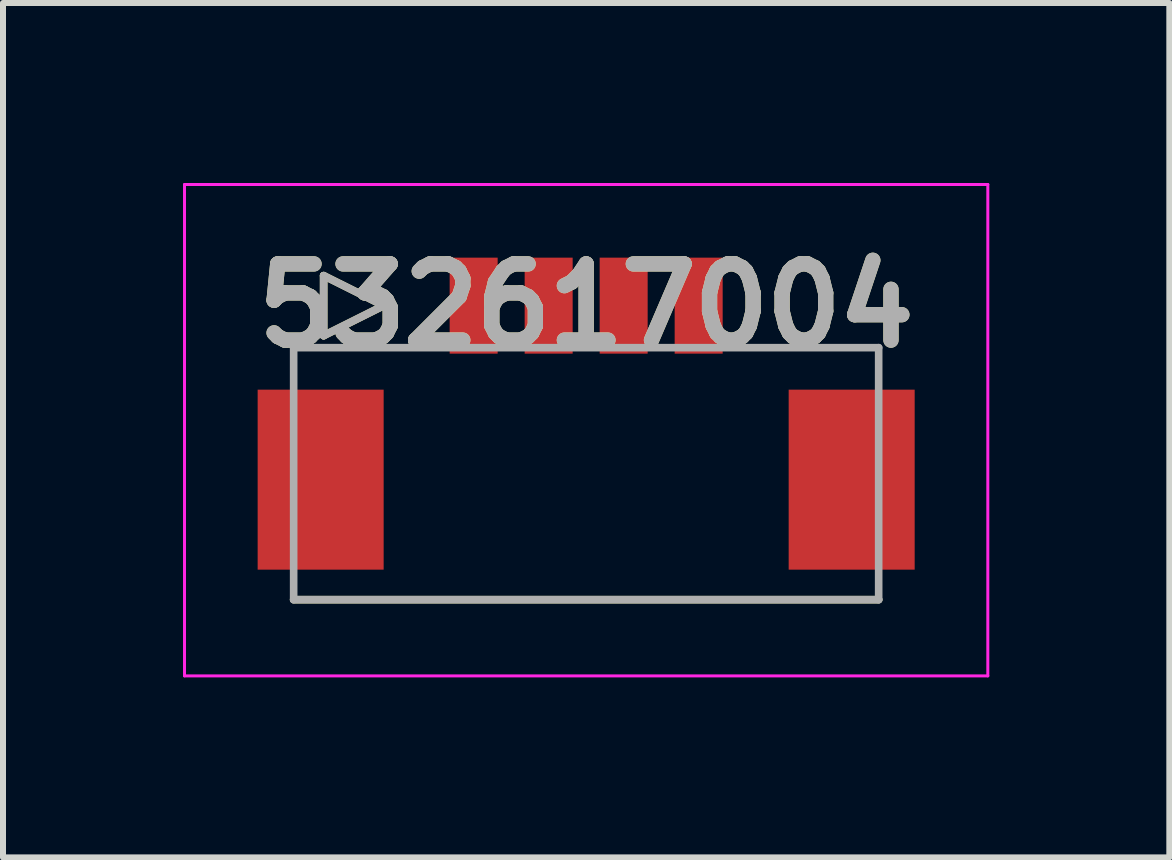
<source format=kicad_pcb>
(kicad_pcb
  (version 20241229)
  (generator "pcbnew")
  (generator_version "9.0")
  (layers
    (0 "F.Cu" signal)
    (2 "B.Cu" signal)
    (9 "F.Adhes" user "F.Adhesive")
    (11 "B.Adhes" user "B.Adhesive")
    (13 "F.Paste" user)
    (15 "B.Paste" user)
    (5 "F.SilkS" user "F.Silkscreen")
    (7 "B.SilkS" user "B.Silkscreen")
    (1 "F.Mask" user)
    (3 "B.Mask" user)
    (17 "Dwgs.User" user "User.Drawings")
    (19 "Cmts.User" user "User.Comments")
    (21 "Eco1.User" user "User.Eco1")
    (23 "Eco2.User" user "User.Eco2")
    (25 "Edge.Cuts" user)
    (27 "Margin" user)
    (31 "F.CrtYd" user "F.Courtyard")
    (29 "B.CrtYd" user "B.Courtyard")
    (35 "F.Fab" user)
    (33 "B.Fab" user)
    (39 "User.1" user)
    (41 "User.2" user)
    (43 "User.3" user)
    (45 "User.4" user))
  (footprint "532617004"
    (layer "F.Cu")
    (at 6.719 2.044)
    (property "Reference" "532617004" (at 0 0 0) (layer "F.SilkS") (effects (font (size 1.27 1.27) (thickness 0.254))))
    (attr smd)
    (fp_line (start -4.375 -0.5) (end -3.375 0) (stroke (width 0.127) (type solid)) (layer "F.SilkS"))
    (fp_line (start -4.375 0.5) (end -4.375 -0.5) (stroke (width 0.127) (type solid)) (layer "F.SilkS"))
    (fp_line (start -3.375 0) (end -4.375 0.5) (stroke (width 0.127) (type solid)) (layer "F.SilkS"))
    (fp_line (start 4.875 4.9) (end -4.875 4.9) (stroke (width 0.127) (type solid)) (layer "F.SilkS"))
    (fp_line (start -6.694 -2.019) (end 6.694 -2.019) (stroke (width 0.05) (type solid)) (layer "F.CrtYd"))
    (fp_line (start -6.694 6.17) (end -6.694 -2.019) (stroke (width 0.05) (type solid)) (layer "F.CrtYd"))
    (fp_line (start 6.694 -2.019) (end 6.694 6.17) (stroke (width 0.05) (type solid)) (layer "F.CrtYd"))
    (fp_line (start 6.694 6.17) (end -6.694 6.17) (stroke (width 0.05) (type solid)) (layer "F.CrtYd"))
    (fp_line (start -4.875 0.7) (end 4.875 0.7) (stroke (width 0.127) (type solid)) (layer "F.Fab"))
    (fp_line (start -4.875 4.9) (end -4.875 0.7) (stroke (width 0.127) (type solid)) (layer "F.Fab"))
    (fp_line (start -4.375 -0.5) (end -3.375 0) (stroke (width 0.127) (type solid)) (layer "F.Fab"))
    (fp_line (start -4.375 0.5) (end -4.375 -0.5) (stroke (width 0.127) (type solid)) (layer "F.Fab"))
    (fp_line (start -3.375 0) (end -4.375 0.5) (stroke (width 0.127) (type solid)) (layer "F.Fab"))
    (fp_line (start 4.875 0.7) (end 4.875 4.9) (stroke (width 0.127) (type solid)) (layer "F.Fab"))
    (fp_line (start 4.875 4.9) (end -4.875 4.9) (stroke (width 0.127) (type solid)) (layer "F.Fab"))
    (fp_text user "${REFERENCE}" (at 0 0 0) (layer "F.Fab") (effects (font (size 1.27 1.27) (thickness 0.254))))
    (pad "1" smd rect (at -1.875 0) (size 0.8 1.6) (layers "F.Cu" "F.Mask" "F.Paste"))
    (pad "2" smd rect (at -0.625 0) (size 0.8 1.6) (layers "F.Cu" "F.Mask" "F.Paste"))
    (pad "3" smd rect (at 0.625 0) (size 0.8 1.6) (layers "F.Cu" "F.Mask" "F.Paste"))
    (pad "4" smd rect (at 1.875 0) (size 0.8 1.6) (layers "F.Cu" "F.Mask" "F.Paste"))
    (pad "5" smd rect (at -4.425 2.9) (size 2.1 3) (layers "F.Cu" "F.Mask" "F.Paste"))
    (pad "6" smd rect (at 4.425 2.9) (size 2.1 3) (layers "F.Cu" "F.Mask" "F.Paste")))
  (gr_rect
    (start -3 -3)
    (end 16.438 11.239)
    (stroke (width 0.1) (type default))
    (fill no)
    (layer "Edge.Cuts")))
</source>
